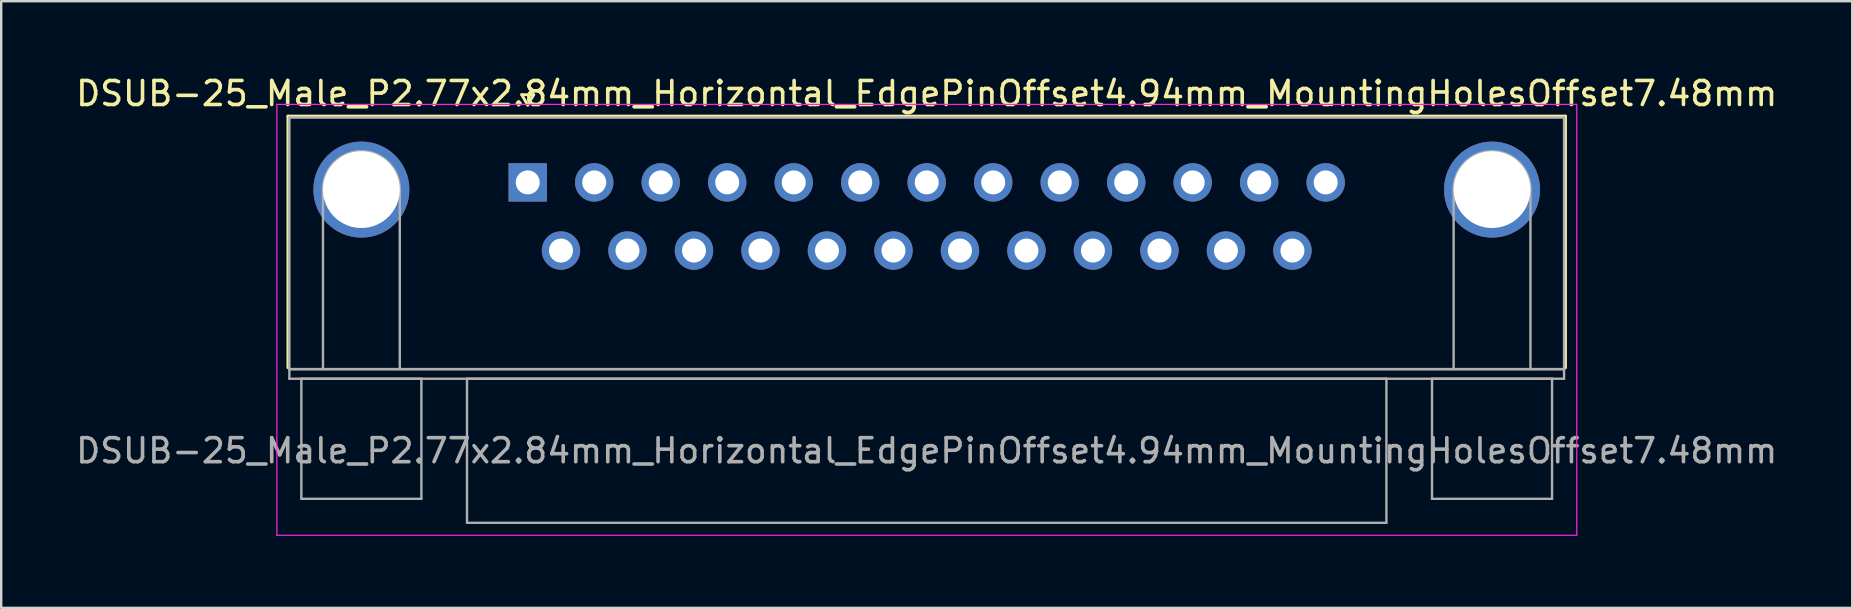
<source format=kicad_pcb>
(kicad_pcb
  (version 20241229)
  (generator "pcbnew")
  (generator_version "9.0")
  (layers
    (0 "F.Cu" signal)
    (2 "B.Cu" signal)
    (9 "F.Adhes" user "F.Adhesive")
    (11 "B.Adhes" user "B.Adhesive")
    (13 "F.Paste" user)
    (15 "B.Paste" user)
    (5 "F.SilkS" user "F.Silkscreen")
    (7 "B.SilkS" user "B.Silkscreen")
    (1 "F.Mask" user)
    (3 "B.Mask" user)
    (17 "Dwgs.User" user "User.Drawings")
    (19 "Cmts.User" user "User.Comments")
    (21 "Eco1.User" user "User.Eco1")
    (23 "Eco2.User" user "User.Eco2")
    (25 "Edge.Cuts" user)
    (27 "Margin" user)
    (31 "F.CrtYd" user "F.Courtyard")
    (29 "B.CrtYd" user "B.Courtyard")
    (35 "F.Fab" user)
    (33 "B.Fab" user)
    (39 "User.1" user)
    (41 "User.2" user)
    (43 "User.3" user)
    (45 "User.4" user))
  (footprint "DSUB-25_Male_P2.77x2.84mm_Horizontal_EdgePinOffset4.94mm_MountingHolesOffset7.48mm"
    (layer "F.Cu")
    (at 18.934 4.548)
    (property "Reference" "DSUB-25_Male_P2.77x2.84mm_Horizontal_EdgePinOffset4.94mm_MountingHolesOffset7.48mm" (at 16.62 -3.7 0) (layer "F.SilkS") (effects (font (size 1 1) (thickness 0.15))))
    (attr through_hole)
    (fp_line (start -9.99 -2.76) (end 43.23 -2.76) (stroke (width 0.12) (type solid)) (layer "F.SilkS"))
    (fp_line (start -9.99 7.72) (end -9.99 -2.76) (stroke (width 0.12) (type solid)) (layer "F.SilkS"))
    (fp_line (start -0.25 -3.654) (end 0.25 -3.654) (stroke (width 0.12) (type solid)) (layer "F.SilkS"))
    (fp_line (start 0 -3.221) (end -0.25 -3.654) (stroke (width 0.12) (type solid)) (layer "F.SilkS"))
    (fp_line (start 0.25 -3.654) (end 0 -3.221) (stroke (width 0.12) (type solid)) (layer "F.SilkS"))
    (fp_line (start 43.23 -2.76) (end 43.23 7.72) (stroke (width 0.12) (type solid)) (layer "F.SilkS"))
    (fp_line (start -10.45 -3.25) (end -10.45 14.7) (stroke (width 0.05) (type solid)) (layer "F.CrtYd"))
    (fp_line (start -10.45 14.7) (end 43.7 14.7) (stroke (width 0.05) (type solid)) (layer "F.CrtYd"))
    (fp_line (start 43.7 -3.25) (end -10.45 -3.25) (stroke (width 0.05) (type solid)) (layer "F.CrtYd"))
    (fp_line (start 43.7 14.7) (end 43.7 -3.25) (stroke (width 0.05) (type solid)) (layer "F.CrtYd"))
    (fp_line (start -9.93 -2.7) (end -9.93 7.78) (stroke (width 0.1) (type solid)) (layer "F.Fab"))
    (fp_line (start -9.93 7.78) (end -9.93 8.18) (stroke (width 0.1) (type solid)) (layer "F.Fab"))
    (fp_line (start -9.93 7.78) (end 43.17 7.78) (stroke (width 0.1) (type solid)) (layer "F.Fab"))
    (fp_line (start -9.93 8.18) (end 43.17 8.18) (stroke (width 0.1) (type solid)) (layer "F.Fab"))
    (fp_line (start -9.43 8.18) (end -9.43 13.18) (stroke (width 0.1) (type solid)) (layer "F.Fab"))
    (fp_line (start -9.43 13.18) (end -4.43 13.18) (stroke (width 0.1) (type solid)) (layer "F.Fab"))
    (fp_line (start -8.53 7.78) (end -8.53 0.3) (stroke (width 0.1) (type solid)) (layer "F.Fab"))
    (fp_line (start -5.33 7.78) (end -5.33 0.3) (stroke (width 0.1) (type solid)) (layer "F.Fab"))
    (fp_line (start -4.43 8.18) (end -9.43 8.18) (stroke (width 0.1) (type solid)) (layer "F.Fab"))
    (fp_line (start -4.43 13.18) (end -4.43 8.18) (stroke (width 0.1) (type solid)) (layer "F.Fab"))
    (fp_line (start -2.53 8.18) (end -2.53 14.18) (stroke (width 0.1) (type solid)) (layer "F.Fab"))
    (fp_line (start -2.53 14.18) (end 35.77 14.18) (stroke (width 0.1) (type solid)) (layer "F.Fab"))
    (fp_line (start 35.77 8.18) (end -2.53 8.18) (stroke (width 0.1) (type solid)) (layer "F.Fab"))
    (fp_line (start 35.77 14.18) (end 35.77 8.18) (stroke (width 0.1) (type solid)) (layer "F.Fab"))
    (fp_line (start 37.67 8.18) (end 37.67 13.18) (stroke (width 0.1) (type solid)) (layer "F.Fab"))
    (fp_line (start 37.67 13.18) (end 42.67 13.18) (stroke (width 0.1) (type solid)) (layer "F.Fab"))
    (fp_line (start 38.57 7.78) (end 38.57 0.3) (stroke (width 0.1) (type solid)) (layer "F.Fab"))
    (fp_line (start 41.77 7.78) (end 41.77 0.3) (stroke (width 0.1) (type solid)) (layer "F.Fab"))
    (fp_line (start 42.67 8.18) (end 37.67 8.18) (stroke (width 0.1) (type solid)) (layer "F.Fab"))
    (fp_line (start 42.67 13.18) (end 42.67 8.18) (stroke (width 0.1) (type solid)) (layer "F.Fab"))
    (fp_line (start 43.17 -2.7) (end -9.93 -2.7) (stroke (width 0.1) (type solid)) (layer "F.Fab"))
    (fp_line (start 43.17 7.78) (end -9.93 7.78) (stroke (width 0.1) (type solid)) (layer "F.Fab"))
    (fp_line (start 43.17 7.78) (end 43.17 -2.7) (stroke (width 0.1) (type solid)) (layer "F.Fab"))
    (fp_line (start 43.17 8.18) (end 43.17 7.78) (stroke (width 0.1) (type solid)) (layer "F.Fab"))
    (fp_arc (start -8.53 0.3) (mid -6.93 -1.3) (end -5.33 0.3) (stroke (width 0.1) (type solid)) (layer "F.Fab"))
    (fp_arc (start 38.57 0.3) (mid 40.17 -1.3) (end 41.77 0.3) (stroke (width 0.1) (type solid)) (layer "F.Fab"))
    (fp_text user "${REFERENCE}" (at 16.62 11.18 0) (layer "F.Fab") (effects (font (size 1 1) (thickness 0.15))))
    (pad "0" thru_hole circle (at -6.93 0.3) (size 4 4) (drill 3.2) (layers "*.Cu" "*.Mask"))
    (pad "0" thru_hole circle (at 40.17 0.3) (size 4 4) (drill 3.2) (layers "*.Cu" "*.Mask"))
    (pad "1" thru_hole rect (at 0 0) (size 1.6 1.6) (drill 1) (layers "*.Cu" "*.Mask"))
    (pad "2" thru_hole circle (at 2.77 0) (size 1.6 1.6) (drill 1) (layers "*.Cu" "*.Mask"))
    (pad "3" thru_hole circle (at 5.54 0) (size 1.6 1.6) (drill 1) (layers "*.Cu" "*.Mask"))
    (pad "4" thru_hole circle (at 8.31 0) (size 1.6 1.6) (drill 1) (layers "*.Cu" "*.Mask"))
    (pad "5" thru_hole circle (at 11.08 0) (size 1.6 1.6) (drill 1) (layers "*.Cu" "*.Mask"))
    (pad "6" thru_hole circle (at 13.85 0) (size 1.6 1.6) (drill 1) (layers "*.Cu" "*.Mask"))
    (pad "7" thru_hole circle (at 16.62 0) (size 1.6 1.6) (drill 1) (layers "*.Cu" "*.Mask"))
    (pad "8" thru_hole circle (at 19.39 0) (size 1.6 1.6) (drill 1) (layers "*.Cu" "*.Mask"))
    (pad "9" thru_hole circle (at 22.16 0) (size 1.6 1.6) (drill 1) (layers "*.Cu" "*.Mask"))
    (pad "10" thru_hole circle (at 24.93 0) (size 1.6 1.6) (drill 1) (layers "*.Cu" "*.Mask"))
    (pad "11" thru_hole circle (at 27.7 0) (size 1.6 1.6) (drill 1) (layers "*.Cu" "*.Mask"))
    (pad "12" thru_hole circle (at 30.47 0) (size 1.6 1.6) (drill 1) (layers "*.Cu" "*.Mask"))
    (pad "13" thru_hole circle (at 33.24 0) (size 1.6 1.6) (drill 1) (layers "*.Cu" "*.Mask"))
    (pad "14" thru_hole circle (at 1.385 2.84) (size 1.6 1.6) (drill 1) (layers "*.Cu" "*.Mask"))
    (pad "15" thru_hole circle (at 4.155 2.84) (size 1.6 1.6) (drill 1) (layers "*.Cu" "*.Mask"))
    (pad "16" thru_hole circle (at 6.925 2.84) (size 1.6 1.6) (drill 1) (layers "*.Cu" "*.Mask"))
    (pad "17" thru_hole circle (at 9.695 2.84) (size 1.6 1.6) (drill 1) (layers "*.Cu" "*.Mask"))
    (pad "18" thru_hole circle (at 12.465 2.84) (size 1.6 1.6) (drill 1) (layers "*.Cu" "*.Mask"))
    (pad "19" thru_hole circle (at 15.235 2.84) (size 1.6 1.6) (drill 1) (layers "*.Cu" "*.Mask"))
    (pad "20" thru_hole circle (at 18.005 2.84) (size 1.6 1.6) (drill 1) (layers "*.Cu" "*.Mask"))
    (pad "21" thru_hole circle (at 20.775 2.84) (size 1.6 1.6) (drill 1) (layers "*.Cu" "*.Mask"))
    (pad "22" thru_hole circle (at 23.545 2.84) (size 1.6 1.6) (drill 1) (layers "*.Cu" "*.Mask"))
    (pad "23" thru_hole circle (at 26.315 2.84) (size 1.6 1.6) (drill 1) (layers "*.Cu" "*.Mask"))
    (pad "24" thru_hole circle (at 29.085 2.84) (size 1.6 1.6) (drill 1) (layers "*.Cu" "*.Mask"))
    (pad "25" thru_hole circle (at 31.855 2.84) (size 1.6 1.6) (drill 1) (layers "*.Cu" "*.Mask")))
  (gr_rect
    (start -3 -3)
    (end 74.107 22.273)
    (stroke (width 0.1) (type default))
    (fill no)
    (layer "Edge.Cuts")))
</source>
